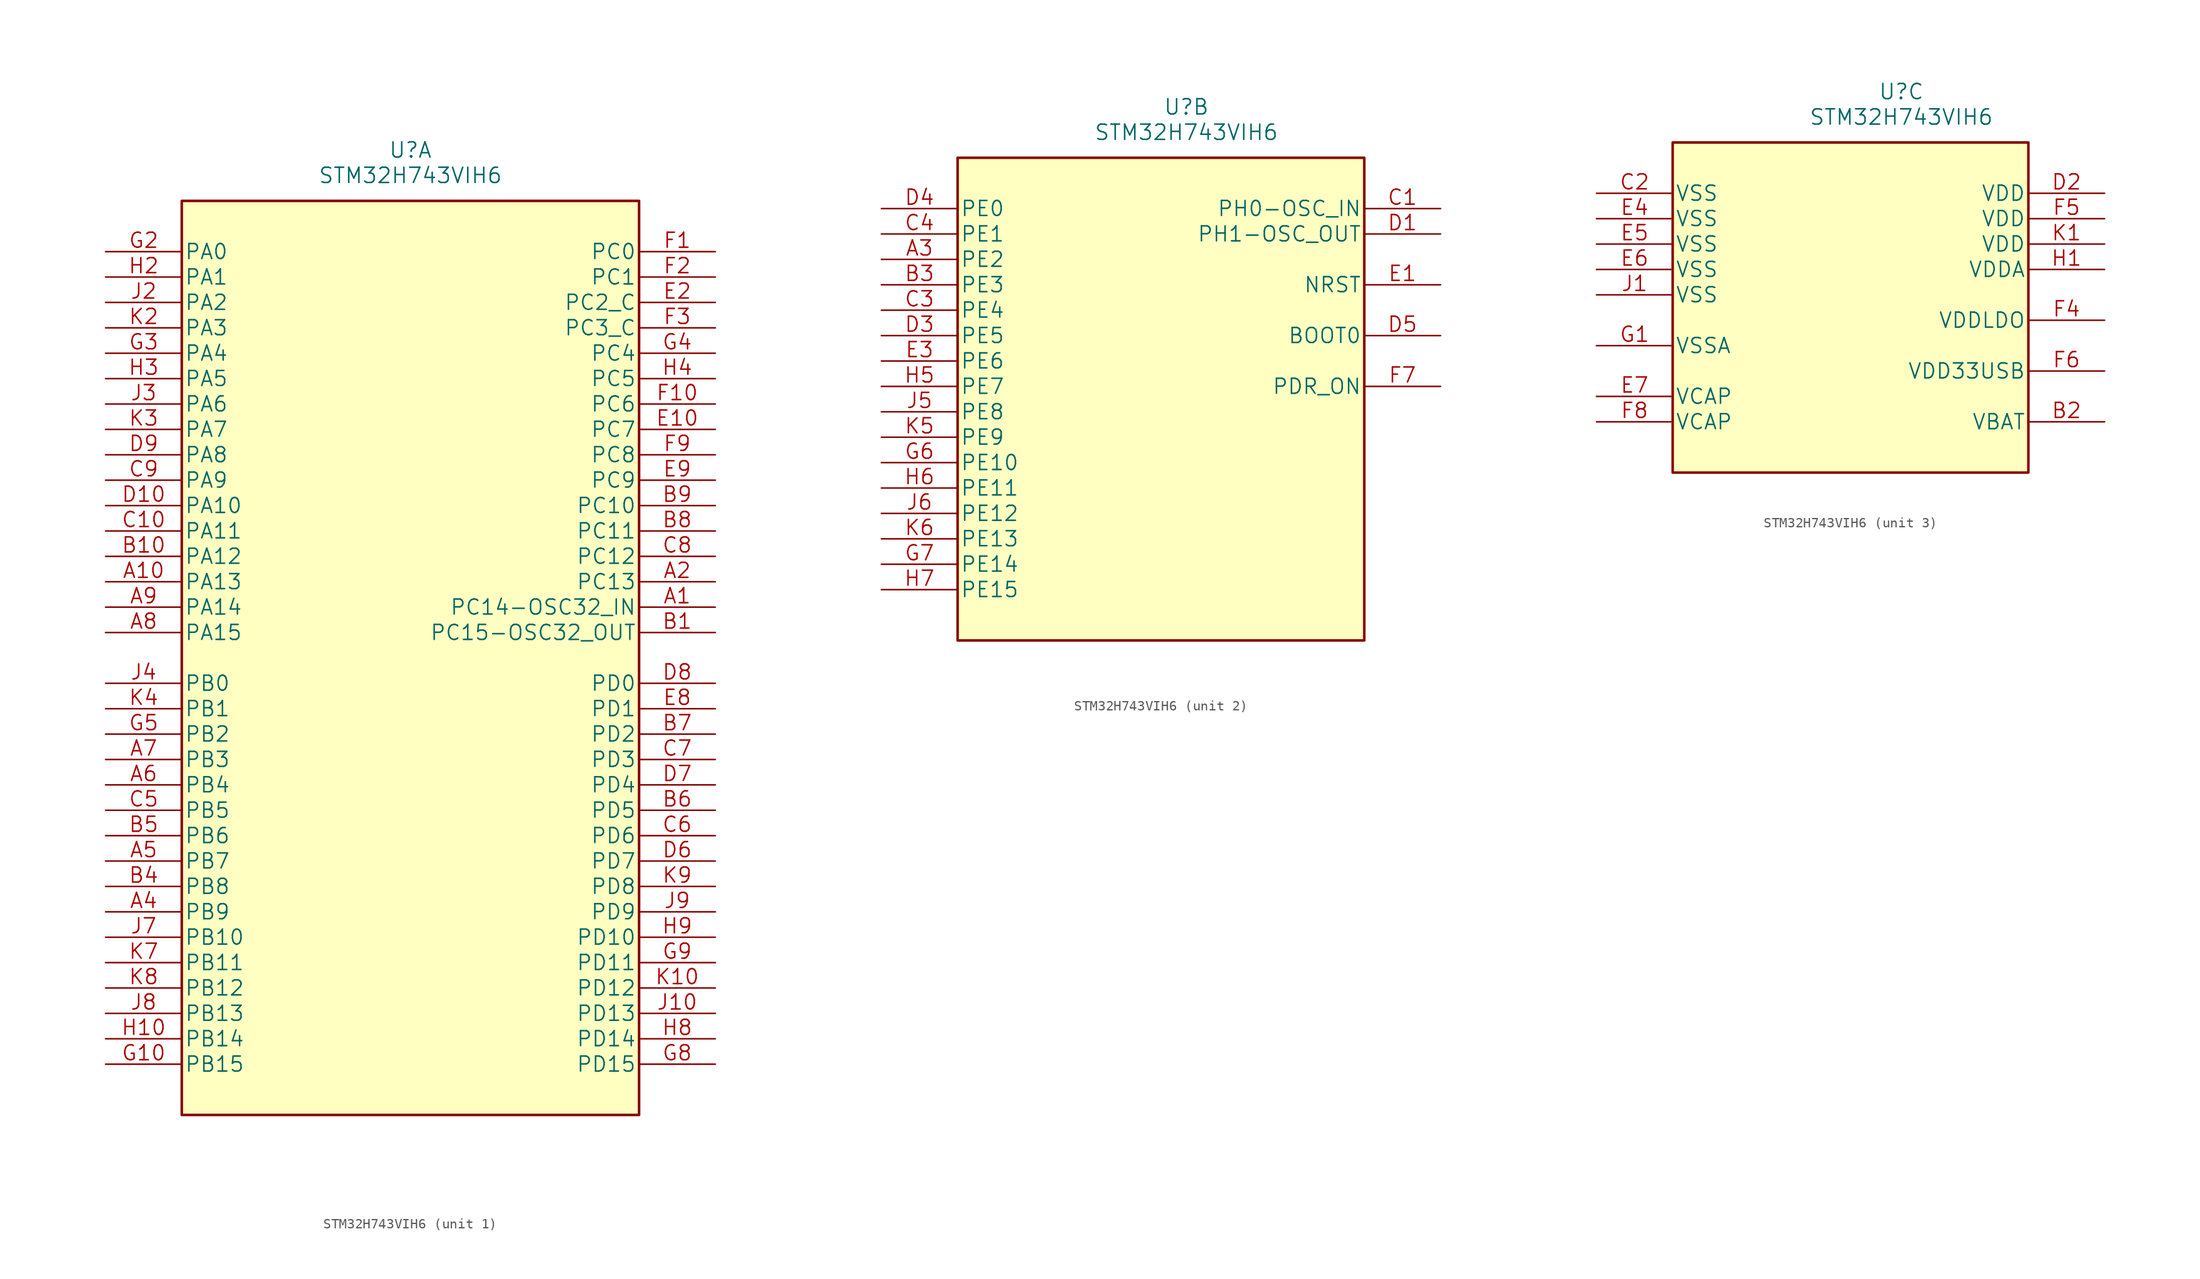
<source format=kicad_sym>
(kicad_symbol_lib
  (version 20220914)
  (generator kicad_symbol_editor)
  (symbol "STM32H743VIH6"
    (pin_names
      (offset 0.254))
    (property "Reference" "U"
      (at 30.48 10.16 0)
      (effects (font (size 1.524 1.524))))
    (property "Value" "STM32H743VIH6"
      (at 30.48 7.62 0)
      (effects (font (size 1.524 1.524))))
    (property "Datasheet" ""
      (at 0 0 0)
      (effects (font (size 1.524 1.524))))
    (property "ki_locked" ""
      (at 0 0 0)
      (effects (font (size 1.27 1.27))))
    (symbol "STM32H743VIH6_1_1"
      (rectangle (start 7.62 5.08) (end 53.34 -86.36) (stroke (width 0.254) (type solid)) (fill (type background)))
      (pin bidirectional line (at 60.96 -35.56 180) (length 7.62) (name "PC14-OSC32_IN" (effects (font (size 1.499 1.499)))) (number "A1" (effects (font (size 1.499 1.499)))))
      (pin bidirectional line (at 0 -33.02 0) (length 7.62) (name "PA13" (effects (font (size 1.499 1.499)))) (number "A10" (effects (font (size 1.499 1.499)))))
      (pin bidirectional line (at 60.96 -33.02 180) (length 7.62) (name "PC13" (effects (font (size 1.499 1.499)))) (number "A2" (effects (font (size 1.499 1.499)))))
      (pin bidirectional line (at 0 -66.04 0) (length 7.62) (name "PB9" (effects (font (size 1.499 1.499)))) (number "A4" (effects (font (size 1.499 1.499)))))
      (pin bidirectional line (at 0 -60.96 0) (length 7.62) (name "PB7" (effects (font (size 1.499 1.499)))) (number "A5" (effects (font (size 1.499 1.499)))))
      (pin bidirectional line (at 0 -53.34 0) (length 7.62) (name "PB4" (effects (font (size 1.499 1.499)))) (number "A6" (effects (font (size 1.499 1.499)))))
      (pin bidirectional line (at 0 -50.8 0) (length 7.62) (name "PB3" (effects (font (size 1.499 1.499)))) (number "A7" (effects (font (size 1.499 1.499)))))
      (pin bidirectional line (at 0 -38.1 0) (length 7.62) (name "PA15" (effects (font (size 1.499 1.499)))) (number "A8" (effects (font (size 1.499 1.499)))))
      (pin bidirectional line (at 0 -35.56 0) (length 7.62) (name "PA14" (effects (font (size 1.499 1.499)))) (number "A9" (effects (font (size 1.499 1.499)))))
      (pin bidirectional line (at 60.96 -38.1 180) (length 7.62) (name "PC15-OSC32_OUT" (effects (font (size 1.499 1.499)))) (number "B1" (effects (font (size 1.499 1.499)))))
      (pin bidirectional line (at 0 -30.48 0) (length 7.62) (name "PA12" (effects (font (size 1.499 1.499)))) (number "B10" (effects (font (size 1.499 1.499)))))
      (pin bidirectional line (at 0 -63.5 0) (length 7.62) (name "PB8" (effects (font (size 1.499 1.499)))) (number "B4" (effects (font (size 1.499 1.499)))))
      (pin bidirectional line (at 0 -58.42 0) (length 7.62) (name "PB6" (effects (font (size 1.499 1.499)))) (number "B5" (effects (font (size 1.499 1.499)))))
      (pin bidirectional line (at 60.96 -55.88 180) (length 7.62) (name "PD5" (effects (font (size 1.499 1.499)))) (number "B6" (effects (font (size 1.499 1.499)))))
      (pin bidirectional line (at 60.96 -48.26 180) (length 7.62) (name "PD2" (effects (font (size 1.499 1.499)))) (number "B7" (effects (font (size 1.499 1.499)))))
      (pin bidirectional line (at 60.96 -27.94 180) (length 7.62) (name "PC11" (effects (font (size 1.499 1.499)))) (number "B8" (effects (font (size 1.499 1.499)))))
      (pin bidirectional line (at 60.96 -25.4 180) (length 7.62) (name "PC10" (effects (font (size 1.499 1.499)))) (number "B9" (effects (font (size 1.499 1.499)))))
      (pin bidirectional line (at 0 -27.94 0) (length 7.62) (name "PA11" (effects (font (size 1.499 1.499)))) (number "C10" (effects (font (size 1.499 1.499)))))
      (pin bidirectional line (at 0 -55.88 0) (length 7.62) (name "PB5" (effects (font (size 1.499 1.499)))) (number "C5" (effects (font (size 1.499 1.499)))))
      (pin bidirectional line (at 60.96 -58.42 180) (length 7.62) (name "PD6" (effects (font (size 1.499 1.499)))) (number "C6" (effects (font (size 1.499 1.499)))))
      (pin bidirectional line (at 60.96 -50.8 180) (length 7.62) (name "PD3" (effects (font (size 1.499 1.499)))) (number "C7" (effects (font (size 1.499 1.499)))))
      (pin bidirectional line (at 60.96 -30.48 180) (length 7.62) (name "PC12" (effects (font (size 1.499 1.499)))) (number "C8" (effects (font (size 1.499 1.499)))))
      (pin bidirectional line (at 0 -22.86 0) (length 7.62) (name "PA9" (effects (font (size 1.499 1.499)))) (number "C9" (effects (font (size 1.499 1.499)))))
      (pin bidirectional line (at 0 -25.4 0) (length 7.62) (name "PA10" (effects (font (size 1.499 1.499)))) (number "D10" (effects (font (size 1.499 1.499)))))
      (pin bidirectional line (at 60.96 -60.96 180) (length 7.62) (name "PD7" (effects (font (size 1.499 1.499)))) (number "D6" (effects (font (size 1.499 1.499)))))
      (pin bidirectional line (at 60.96 -53.34 180) (length 7.62) (name "PD4" (effects (font (size 1.499 1.499)))) (number "D7" (effects (font (size 1.499 1.499)))))
      (pin bidirectional line (at 60.96 -43.18 180) (length 7.62) (name "PD0" (effects (font (size 1.499 1.499)))) (number "D8" (effects (font (size 1.499 1.499)))))
      (pin bidirectional line (at 0 -20.32 0) (length 7.62) (name "PA8" (effects (font (size 1.499 1.499)))) (number "D9" (effects (font (size 1.499 1.499)))))
      (pin bidirectional line (at 60.96 -17.78 180) (length 7.62) (name "PC7" (effects (font (size 1.499 1.499)))) (number "E10" (effects (font (size 1.499 1.499)))))
      (pin bidirectional line (at 60.96 -5.08 180) (length 7.62) (name "PC2_C" (effects (font (size 1.499 1.499)))) (number "E2" (effects (font (size 1.499 1.499)))))
      (pin bidirectional line (at 60.96 -45.72 180) (length 7.62) (name "PD1" (effects (font (size 1.499 1.499)))) (number "E8" (effects (font (size 1.499 1.499)))))
      (pin bidirectional line (at 60.96 -22.86 180) (length 7.62) (name "PC9" (effects (font (size 1.499 1.499)))) (number "E9" (effects (font (size 1.499 1.499)))))
      (pin bidirectional line (at 60.96 0 180) (length 7.62) (name "PC0" (effects (font (size 1.499 1.499)))) (number "F1" (effects (font (size 1.499 1.499)))))
      (pin bidirectional line (at 60.96 -15.24 180) (length 7.62) (name "PC6" (effects (font (size 1.499 1.499)))) (number "F10" (effects (font (size 1.499 1.499)))))
      (pin bidirectional line (at 60.96 -2.54 180) (length 7.62) (name "PC1" (effects (font (size 1.499 1.499)))) (number "F2" (effects (font (size 1.499 1.499)))))
      (pin bidirectional line (at 60.96 -7.62 180) (length 7.62) (name "PC3_C" (effects (font (size 1.499 1.499)))) (number "F3" (effects (font (size 1.499 1.499)))))
      (pin bidirectional line (at 60.96 -20.32 180) (length 7.62) (name "PC8" (effects (font (size 1.499 1.499)))) (number "F9" (effects (font (size 1.499 1.499)))))
      (pin bidirectional line (at 0 -81.28 0) (length 7.62) (name "PB15" (effects (font (size 1.499 1.499)))) (number "G10" (effects (font (size 1.499 1.499)))))
      (pin bidirectional line (at 0 0 0) (length 7.62) (name "PA0" (effects (font (size 1.499 1.499)))) (number "G2" (effects (font (size 1.499 1.499)))))
      (pin bidirectional line (at 0 -10.16 0) (length 7.62) (name "PA4" (effects (font (size 1.499 1.499)))) (number "G3" (effects (font (size 1.499 1.499)))))
      (pin bidirectional line (at 60.96 -10.16 180) (length 7.62) (name "PC4" (effects (font (size 1.499 1.499)))) (number "G4" (effects (font (size 1.499 1.499)))))
      (pin bidirectional line (at 0 -48.26 0) (length 7.62) (name "PB2" (effects (font (size 1.499 1.499)))) (number "G5" (effects (font (size 1.499 1.499)))))
      (pin bidirectional line (at 60.96 -81.28 180) (length 7.62) (name "PD15" (effects (font (size 1.499 1.499)))) (number "G8" (effects (font (size 1.499 1.499)))))
      (pin bidirectional line (at 60.96 -71.12 180) (length 7.62) (name "PD11" (effects (font (size 1.499 1.499)))) (number "G9" (effects (font (size 1.499 1.499)))))
      (pin bidirectional line (at 0 -78.74 0) (length 7.62) (name "PB14" (effects (font (size 1.499 1.499)))) (number "H10" (effects (font (size 1.499 1.499)))))
      (pin bidirectional line (at 0 -2.54 0) (length 7.62) (name "PA1" (effects (font (size 1.499 1.499)))) (number "H2" (effects (font (size 1.499 1.499)))))
      (pin bidirectional line (at 0 -12.7 0) (length 7.62) (name "PA5" (effects (font (size 1.499 1.499)))) (number "H3" (effects (font (size 1.499 1.499)))))
      (pin bidirectional line (at 60.96 -12.7 180) (length 7.62) (name "PC5" (effects (font (size 1.499 1.499)))) (number "H4" (effects (font (size 1.499 1.499)))))
      (pin bidirectional line (at 60.96 -78.74 180) (length 7.62) (name "PD14" (effects (font (size 1.499 1.499)))) (number "H8" (effects (font (size 1.499 1.499)))))
      (pin bidirectional line (at 60.96 -68.58 180) (length 7.62) (name "PD10" (effects (font (size 1.499 1.499)))) (number "H9" (effects (font (size 1.499 1.499)))))
      (pin bidirectional line (at 60.96 -76.2 180) (length 7.62) (name "PD13" (effects (font (size 1.499 1.499)))) (number "J10" (effects (font (size 1.499 1.499)))))
      (pin bidirectional line (at 0 -5.08 0) (length 7.62) (name "PA2" (effects (font (size 1.499 1.499)))) (number "J2" (effects (font (size 1.499 1.499)))))
      (pin bidirectional line (at 0 -15.24 0) (length 7.62) (name "PA6" (effects (font (size 1.499 1.499)))) (number "J3" (effects (font (size 1.499 1.499)))))
      (pin bidirectional line (at 0 -43.18 0) (length 7.62) (name "PB0" (effects (font (size 1.499 1.499)))) (number "J4" (effects (font (size 1.499 1.499)))))
      (pin bidirectional line (at 0 -68.58 0) (length 7.62) (name "PB10" (effects (font (size 1.499 1.499)))) (number "J7" (effects (font (size 1.499 1.499)))))
      (pin bidirectional line (at 0 -76.2 0) (length 7.62) (name "PB13" (effects (font (size 1.499 1.499)))) (number "J8" (effects (font (size 1.499 1.499)))))
      (pin bidirectional line (at 60.96 -66.04 180) (length 7.62) (name "PD9" (effects (font (size 1.499 1.499)))) (number "J9" (effects (font (size 1.499 1.499)))))
      (pin bidirectional line (at 60.96 -73.66 180) (length 7.62) (name "PD12" (effects (font (size 1.499 1.499)))) (number "K10" (effects (font (size 1.499 1.499)))))
      (pin bidirectional line (at 0 -7.62 0) (length 7.62) (name "PA3" (effects (font (size 1.499 1.499)))) (number "K2" (effects (font (size 1.499 1.499)))))
      (pin bidirectional line (at 0 -17.78 0) (length 7.62) (name "PA7" (effects (font (size 1.499 1.499)))) (number "K3" (effects (font (size 1.499 1.499)))))
      (pin bidirectional line (at 0 -45.72 0) (length 7.62) (name "PB1" (effects (font (size 1.499 1.499)))) (number "K4" (effects (font (size 1.499 1.499)))))
      (pin bidirectional line (at 0 -71.12 0) (length 7.62) (name "PB11" (effects (font (size 1.499 1.499)))) (number "K7" (effects (font (size 1.499 1.499)))))
      (pin bidirectional line (at 0 -73.66 0) (length 7.62) (name "PB12" (effects (font (size 1.499 1.499)))) (number "K8" (effects (font (size 1.499 1.499)))))
      (pin bidirectional line (at 60.96 -63.5 180) (length 7.62) (name "PD8" (effects (font (size 1.499 1.499)))) (number "K9" (effects (font (size 1.499 1.499))))))
    (symbol "STM32H743VIH6_2_1"
      (rectangle (start 7.62 5.08) (end 48.26 -43.18) (stroke (width 0.254) (type solid)) (fill (type background)))
      (pin bidirectional line (at 0 -5.08 0) (length 7.62) (name "PE2" (effects (font (size 1.499 1.499)))) (number "A3" (effects (font (size 1.499 1.499)))))
      (pin bidirectional line (at 0 -7.62 0) (length 7.62) (name "PE3" (effects (font (size 1.499 1.499)))) (number "B3" (effects (font (size 1.499 1.499)))))
      (pin bidirectional line (at 55.88 0 180) (length 7.62) (name "PH0-OSC_IN" (effects (font (size 1.499 1.499)))) (number "C1" (effects (font (size 1.499 1.499)))))
      (pin bidirectional line (at 0 -10.16 0) (length 7.62) (name "PE4" (effects (font (size 1.499 1.499)))) (number "C3" (effects (font (size 1.499 1.499)))))
      (pin bidirectional line (at 0 -2.54 0) (length 7.62) (name "PE1" (effects (font (size 1.499 1.499)))) (number "C4" (effects (font (size 1.499 1.499)))))
      (pin bidirectional line (at 55.88 -2.54 180) (length 7.62) (name "PH1-OSC_OUT" (effects (font (size 1.499 1.499)))) (number "D1" (effects (font (size 1.499 1.499)))))
      (pin bidirectional line (at 0 -12.7 0) (length 7.62) (name "PE5" (effects (font (size 1.499 1.499)))) (number "D3" (effects (font (size 1.499 1.499)))))
      (pin bidirectional line (at 0 0 0) (length 7.62) (name "PE0" (effects (font (size 1.499 1.499)))) (number "D4" (effects (font (size 1.499 1.499)))))
      (pin input line (at 55.88 -12.7 180) (length 7.62) (name "BOOT0" (effects (font (size 1.499 1.499)))) (number "D5" (effects (font (size 1.499 1.499)))))
      (pin bidirectional line (at 55.88 -7.62 180) (length 7.62) (name "NRST" (effects (font (size 1.499 1.499)))) (number "E1" (effects (font (size 1.499 1.499)))))
      (pin bidirectional line (at 0 -15.24 0) (length 7.62) (name "PE6" (effects (font (size 1.499 1.499)))) (number "E3" (effects (font (size 1.499 1.499)))))
      (pin bidirectional line (at 55.88 -17.78 180) (length 7.62) (name "PDR_ON" (effects (font (size 1.499 1.499)))) (number "F7" (effects (font (size 1.499 1.499)))))
      (pin bidirectional line (at 0 -25.4 0) (length 7.62) (name "PE10" (effects (font (size 1.499 1.499)))) (number "G6" (effects (font (size 1.499 1.499)))))
      (pin bidirectional line (at 0 -35.56 0) (length 7.62) (name "PE14" (effects (font (size 1.499 1.499)))) (number "G7" (effects (font (size 1.499 1.499)))))
      (pin bidirectional line (at 0 -17.78 0) (length 7.62) (name "PE7" (effects (font (size 1.499 1.499)))) (number "H5" (effects (font (size 1.499 1.499)))))
      (pin bidirectional line (at 0 -27.94 0) (length 7.62) (name "PE11" (effects (font (size 1.499 1.499)))) (number "H6" (effects (font (size 1.499 1.499)))))
      (pin bidirectional line (at 0 -38.1 0) (length 7.62) (name "PE15" (effects (font (size 1.499 1.499)))) (number "H7" (effects (font (size 1.499 1.499)))))
      (pin bidirectional line (at 0 -20.32 0) (length 7.62) (name "PE8" (effects (font (size 1.499 1.499)))) (number "J5" (effects (font (size 1.499 1.499)))))
      (pin bidirectional line (at 0 -30.48 0) (length 7.62) (name "PE12" (effects (font (size 1.499 1.499)))) (number "J6" (effects (font (size 1.499 1.499)))))
      (pin bidirectional line (at 0 -22.86 0) (length 7.62) (name "PE9" (effects (font (size 1.499 1.499)))) (number "K5" (effects (font (size 1.499 1.499)))))
      (pin bidirectional line (at 0 -33.02 0) (length 7.62) (name "PE13" (effects (font (size 1.499 1.499)))) (number "K6" (effects (font (size 1.499 1.499))))))
    (symbol "STM32H743VIH6_3_1"
      (rectangle (start 7.62 5.08) (end 43.18 -27.94) (stroke (width 0.254) (type solid)) (fill (type background)))
      (pin power_in line (at 50.8 -22.86 180) (length 7.62) (name "VBAT" (effects (font (size 1.499 1.499)))) (number "B2" (effects (font (size 1.499 1.499)))))
      (pin power_in line (at 0 0 0) (length 7.62) (name "VSS" (effects (font (size 1.499 1.499)))) (number "C2" (effects (font (size 1.499 1.499)))))
      (pin power_in line (at 50.8 0 180) (length 7.62) (name "VDD" (effects (font (size 1.499 1.499)))) (number "D2" (effects (font (size 1.499 1.499)))))
      (pin power_in line (at 0 -2.54 0) (length 7.62) (name "VSS" (effects (font (size 1.499 1.499)))) (number "E4" (effects (font (size 1.499 1.499)))))
      (pin power_in line (at 0 -5.08 0) (length 7.62) (name "VSS" (effects (font (size 1.499 1.499)))) (number "E5" (effects (font (size 1.499 1.499)))))
      (pin power_in line (at 0 -7.62 0) (length 7.62) (name "VSS" (effects (font (size 1.499 1.499)))) (number "E6" (effects (font (size 1.499 1.499)))))
      (pin power_in line (at 0 -20.32 0) (length 7.62) (name "VCAP" (effects (font (size 1.499 1.499)))) (number "E7" (effects (font (size 1.499 1.499)))))
      (pin power_in line (at 50.8 -12.7 180) (length 7.62) (name "VDDLDO" (effects (font (size 1.499 1.499)))) (number "F4" (effects (font (size 1.499 1.499)))))
      (pin power_in line (at 50.8 -2.54 180) (length 7.62) (name "VDD" (effects (font (size 1.499 1.499)))) (number "F5" (effects (font (size 1.499 1.499)))))
      (pin power_in line (at 50.8 -17.78 180) (length 7.62) (name "VDD33USB" (effects (font (size 1.499 1.499)))) (number "F6" (effects (font (size 1.499 1.499)))))
      (pin power_in line (at 0 -22.86 0) (length 7.62) (name "VCAP" (effects (font (size 1.499 1.499)))) (number "F8" (effects (font (size 1.499 1.499)))))
      (pin power_in line (at 0 -15.24 0) (length 7.62) (name "VSSA" (effects (font (size 1.499 1.499)))) (number "G1" (effects (font (size 1.499 1.499)))))
      (pin power_in line (at 50.8 -7.62 180) (length 7.62) (name "VDDA" (effects (font (size 1.499 1.499)))) (number "H1" (effects (font (size 1.499 1.499)))))
      (pin power_in line (at 0 -10.16 0) (length 7.62) (name "VSS" (effects (font (size 1.499 1.499)))) (number "J1" (effects (font (size 1.499 1.499)))))
      (pin power_in line (at 50.8 -5.08 180) (length 7.62) (name "VDD" (effects (font (size 1.499 1.499)))) (number "K1" (effects (font (size 1.499 1.499))))))))
</source>
